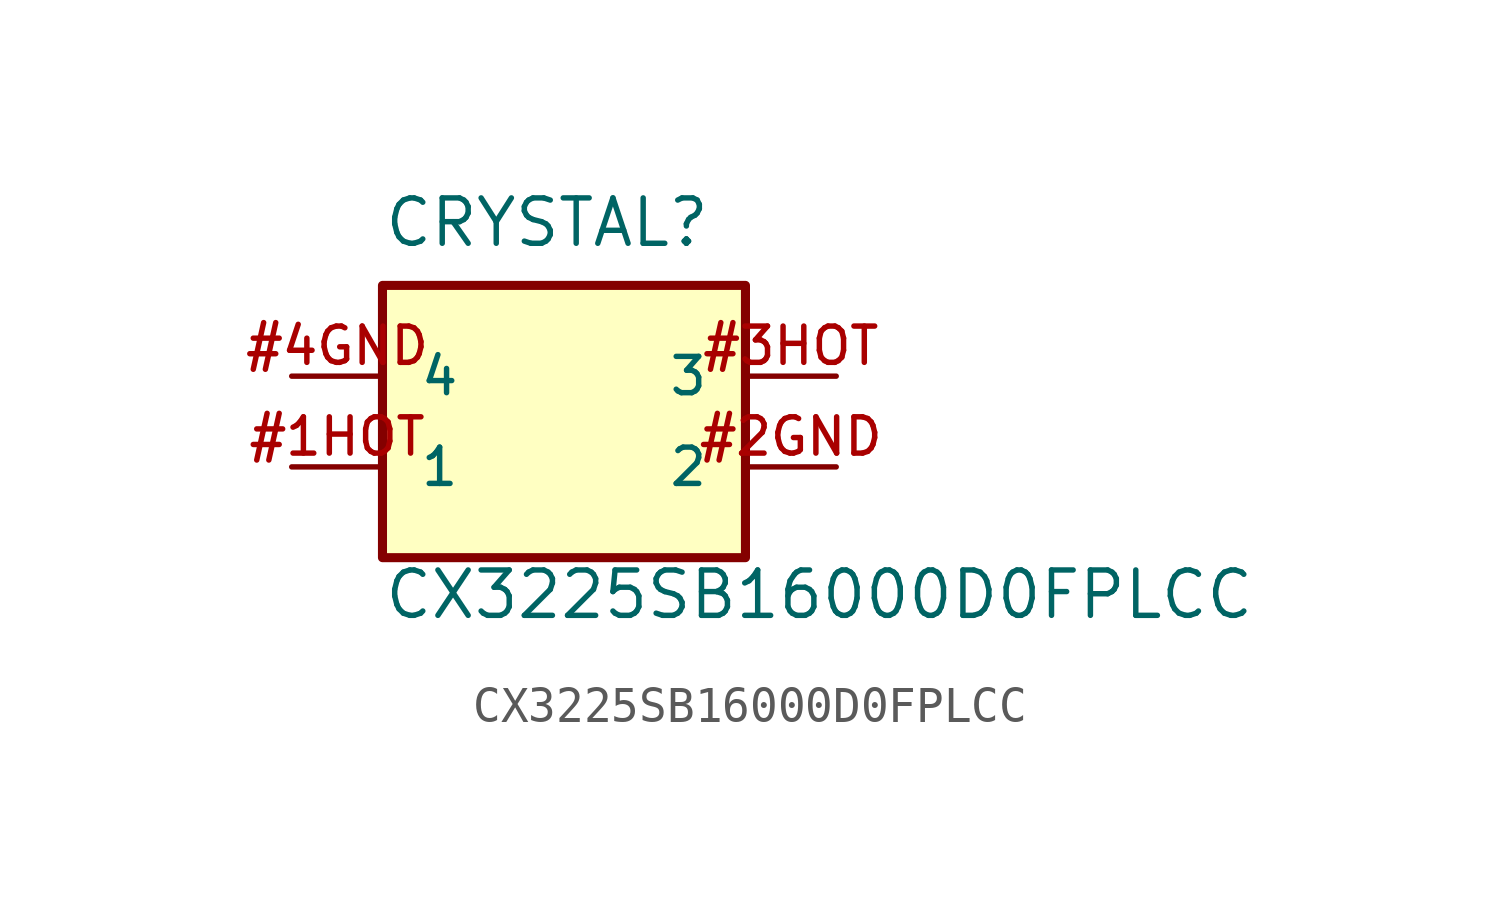
<source format=kicad_sym>
(kicad_symbol_lib
  (version 20211014)
  (generator kicad_symbol_editor)
  (symbol "CX3225SB16000D0FPLCC"
    (pin_names
      (offset 1.016))
    (property "Reference" "CRYSTAL"
      (at -5.08 6.096 0)
      (effects (font (size 1.27 1.27)) (justify bottom left)))
    (property "Value" "CX3225SB16000D0FPLCC"
      (at -5.08 -4.318 0)
      (effects (font (size 1.27 1.27)) (justify bottom left)))
    (symbol "CX3225SB16000D0FPLCC_0_0"
      (rectangle (start -5.08 -2.54) (end 5.08 5.08) (stroke (width 0.254)) (fill (type background)))
      (pin bidirectional line (at -7.62 2.54 0) (length 2.54) (name "4" (effects (font (size 1.016 1.016)))) (number "#4GND" (effects (font (size 1.016 1.016)))))
      (pin bidirectional line (at -7.62 0.0 0) (length 2.54) (name "1" (effects (font (size 1.016 1.016)))) (number "#1HOT" (effects (font (size 1.016 1.016)))))
      (pin bidirectional line (at 7.62 2.54 180.0) (length 2.54) (name "3" (effects (font (size 1.016 1.016)))) (number "#3HOT" (effects (font (size 1.016 1.016)))))
      (pin bidirectional line (at 7.62 0.0 180.0) (length 2.54) (name "2" (effects (font (size 1.016 1.016)))) (number "#2GND" (effects (font (size 1.016 1.016))))))))
</source>
